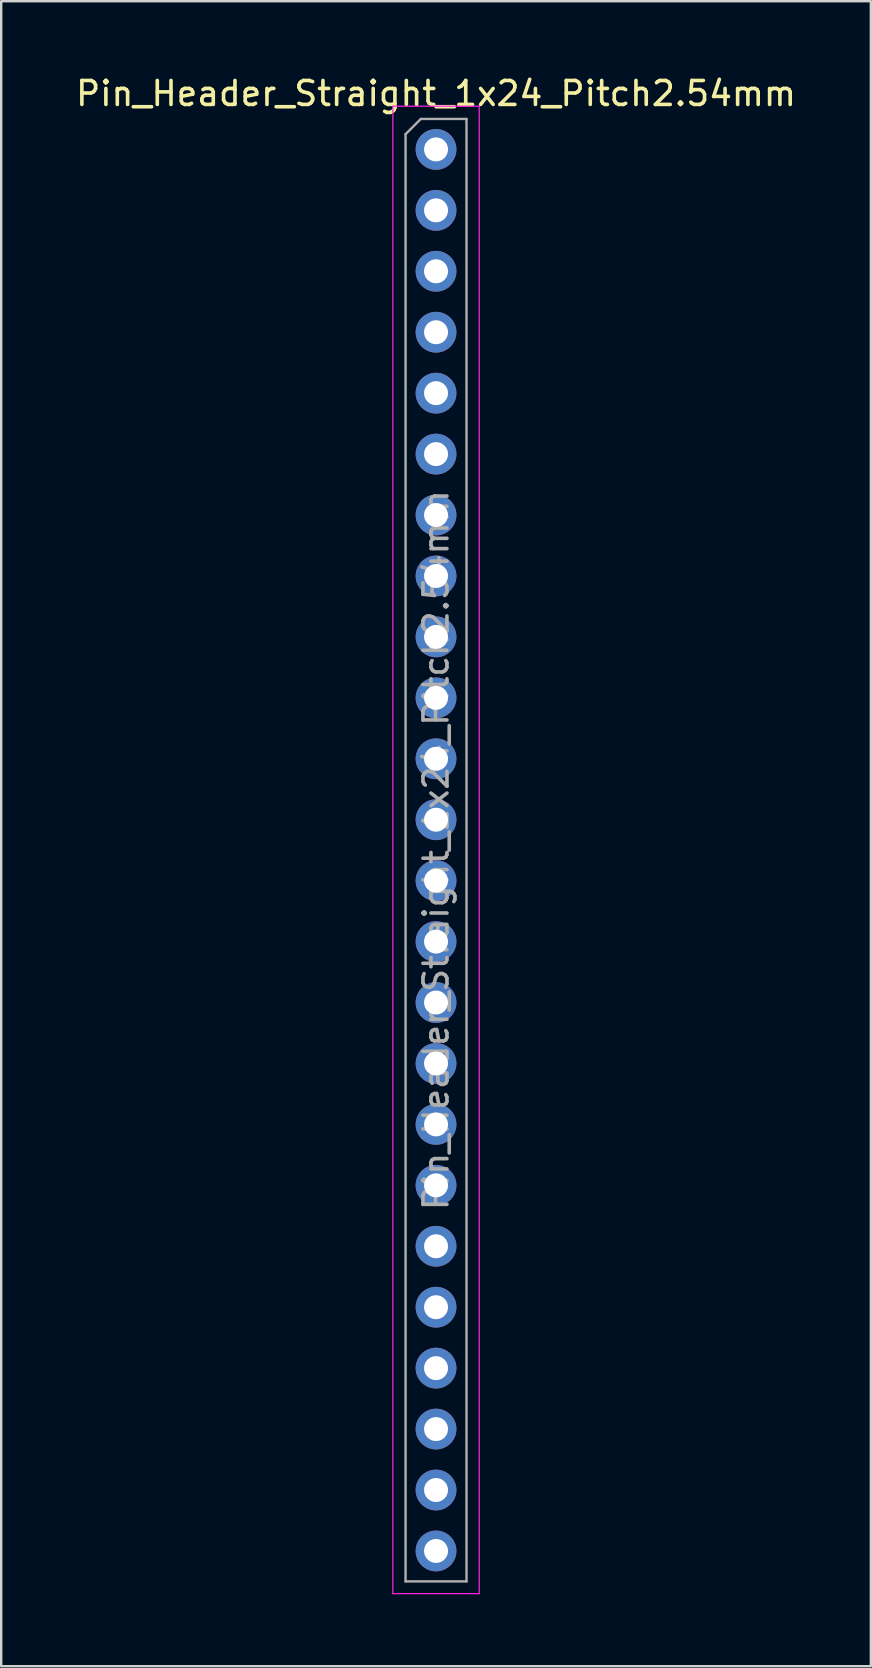
<source format=kicad_pcb>
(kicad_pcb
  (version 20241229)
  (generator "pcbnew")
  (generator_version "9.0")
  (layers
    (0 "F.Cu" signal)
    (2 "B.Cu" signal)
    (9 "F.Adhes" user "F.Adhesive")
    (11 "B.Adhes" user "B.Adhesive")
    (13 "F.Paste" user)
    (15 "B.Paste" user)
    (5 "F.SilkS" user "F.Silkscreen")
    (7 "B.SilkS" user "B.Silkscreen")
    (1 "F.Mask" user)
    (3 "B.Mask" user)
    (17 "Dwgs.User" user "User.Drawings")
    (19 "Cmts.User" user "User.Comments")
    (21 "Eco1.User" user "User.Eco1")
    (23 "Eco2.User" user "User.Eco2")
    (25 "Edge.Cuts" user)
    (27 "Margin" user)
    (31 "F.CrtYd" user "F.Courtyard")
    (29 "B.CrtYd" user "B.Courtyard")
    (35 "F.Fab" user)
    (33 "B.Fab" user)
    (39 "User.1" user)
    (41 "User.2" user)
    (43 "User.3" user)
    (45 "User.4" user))
  (footprint "Pin_Header_Straight_1x24_Pitch2.54mm"
    (layer "F.Cu")
    (at 15.125 3.178)
    (property "Reference" "Pin_Header_Straight_1x24_Pitch2.54mm" (at 0 -2.33 0) (layer "F.SilkS") (effects (font (size 1 1) (thickness 0.15))))
    (attr through_hole)
    (fp_line (start -1.8 -1.8) (end -1.8 60.2) (stroke (width 0.05) (type solid)) (layer "F.CrtYd"))
    (fp_line (start -1.8 60.2) (end 1.8 60.2) (stroke (width 0.05) (type solid)) (layer "F.CrtYd"))
    (fp_line (start 1.8 -1.8) (end -1.8 -1.8) (stroke (width 0.05) (type solid)) (layer "F.CrtYd"))
    (fp_line (start 1.8 60.2) (end 1.8 -1.8) (stroke (width 0.05) (type solid)) (layer "F.CrtYd"))
    (fp_line (start -1.27 -0.635) (end -0.635 -1.27) (stroke (width 0.1) (type solid)) (layer "F.Fab"))
    (fp_line (start -1.27 59.69) (end -1.27 -0.635) (stroke (width 0.1) (type solid)) (layer "F.Fab"))
    (fp_line (start -0.635 -1.27) (end 1.27 -1.27) (stroke (width 0.1) (type solid)) (layer "F.Fab"))
    (fp_line (start 1.27 -1.27) (end 1.27 59.69) (stroke (width 0.1) (type solid)) (layer "F.Fab"))
    (fp_line (start 1.27 59.69) (end -1.27 59.69) (stroke (width 0.1) (type solid)) (layer "F.Fab"))
    (fp_text user "${REFERENCE}" (at 0 29.21 90) (layer "F.Fab") (effects (font (size 1 1) (thickness 0.15))))
    (pad "1" thru_hole oval (at 0 0) (size 1.7 1.7) (drill 1) (layers "*.Cu" "*.Mask"))
    (pad "2" thru_hole oval (at 0 2.54) (size 1.7 1.7) (drill 1) (layers "*.Cu" "*.Mask"))
    (pad "3" thru_hole oval (at 0 5.08) (size 1.7 1.7) (drill 1) (layers "*.Cu" "*.Mask"))
    (pad "4" thru_hole oval (at 0 7.62) (size 1.7 1.7) (drill 1) (layers "*.Cu" "*.Mask"))
    (pad "5" thru_hole oval (at 0 10.16) (size 1.7 1.7) (drill 1) (layers "*.Cu" "*.Mask"))
    (pad "6" thru_hole oval (at 0 12.7) (size 1.7 1.7) (drill 1) (layers "*.Cu" "*.Mask"))
    (pad "7" thru_hole oval (at 0 15.24) (size 1.7 1.7) (drill 1) (layers "*.Cu" "*.Mask"))
    (pad "8" thru_hole oval (at 0 17.78) (size 1.7 1.7) (drill 1) (layers "*.Cu" "*.Mask"))
    (pad "9" thru_hole oval (at 0 20.32) (size 1.7 1.7) (drill 1) (layers "*.Cu" "*.Mask"))
    (pad "10" thru_hole oval (at 0 22.86) (size 1.7 1.7) (drill 1) (layers "*.Cu" "*.Mask"))
    (pad "11" thru_hole oval (at 0 25.4) (size 1.7 1.7) (drill 1) (layers "*.Cu" "*.Mask"))
    (pad "12" thru_hole oval (at 0 27.94) (size 1.7 1.7) (drill 1) (layers "*.Cu" "*.Mask"))
    (pad "13" thru_hole oval (at 0 30.48) (size 1.7 1.7) (drill 1) (layers "*.Cu" "*.Mask"))
    (pad "14" thru_hole oval (at 0 33.02) (size 1.7 1.7) (drill 1) (layers "*.Cu" "*.Mask"))
    (pad "15" thru_hole oval (at 0 35.56) (size 1.7 1.7) (drill 1) (layers "*.Cu" "*.Mask"))
    (pad "16" thru_hole oval (at 0 38.1) (size 1.7 1.7) (drill 1) (layers "*.Cu" "*.Mask"))
    (pad "17" thru_hole oval (at 0 40.64) (size 1.7 1.7) (drill 1) (layers "*.Cu" "*.Mask"))
    (pad "18" thru_hole oval (at 0 43.18) (size 1.7 1.7) (drill 1) (layers "*.Cu" "*.Mask"))
    (pad "19" thru_hole oval (at 0 45.72) (size 1.7 1.7) (drill 1) (layers "*.Cu" "*.Mask"))
    (pad "20" thru_hole oval (at 0 48.26) (size 1.7 1.7) (drill 1) (layers "*.Cu" "*.Mask"))
    (pad "21" thru_hole oval (at 0 50.8) (size 1.7 1.7) (drill 1) (layers "*.Cu" "*.Mask"))
    (pad "22" thru_hole oval (at 0 53.34) (size 1.7 1.7) (drill 1) (layers "*.Cu" "*.Mask"))
    (pad "23" thru_hole oval (at 0 55.88) (size 1.7 1.7) (drill 1) (layers "*.Cu" "*.Mask"))
    (pad "24" thru_hole oval (at 0 58.42) (size 1.7 1.7) (drill 1) (layers "*.Cu" "*.Mask")))
  (gr_rect
    (start -3 -3)
    (end 33.25 66.403)
    (stroke (width 0.1) (type default))
    (fill no)
    (layer "Edge.Cuts")))
</source>
